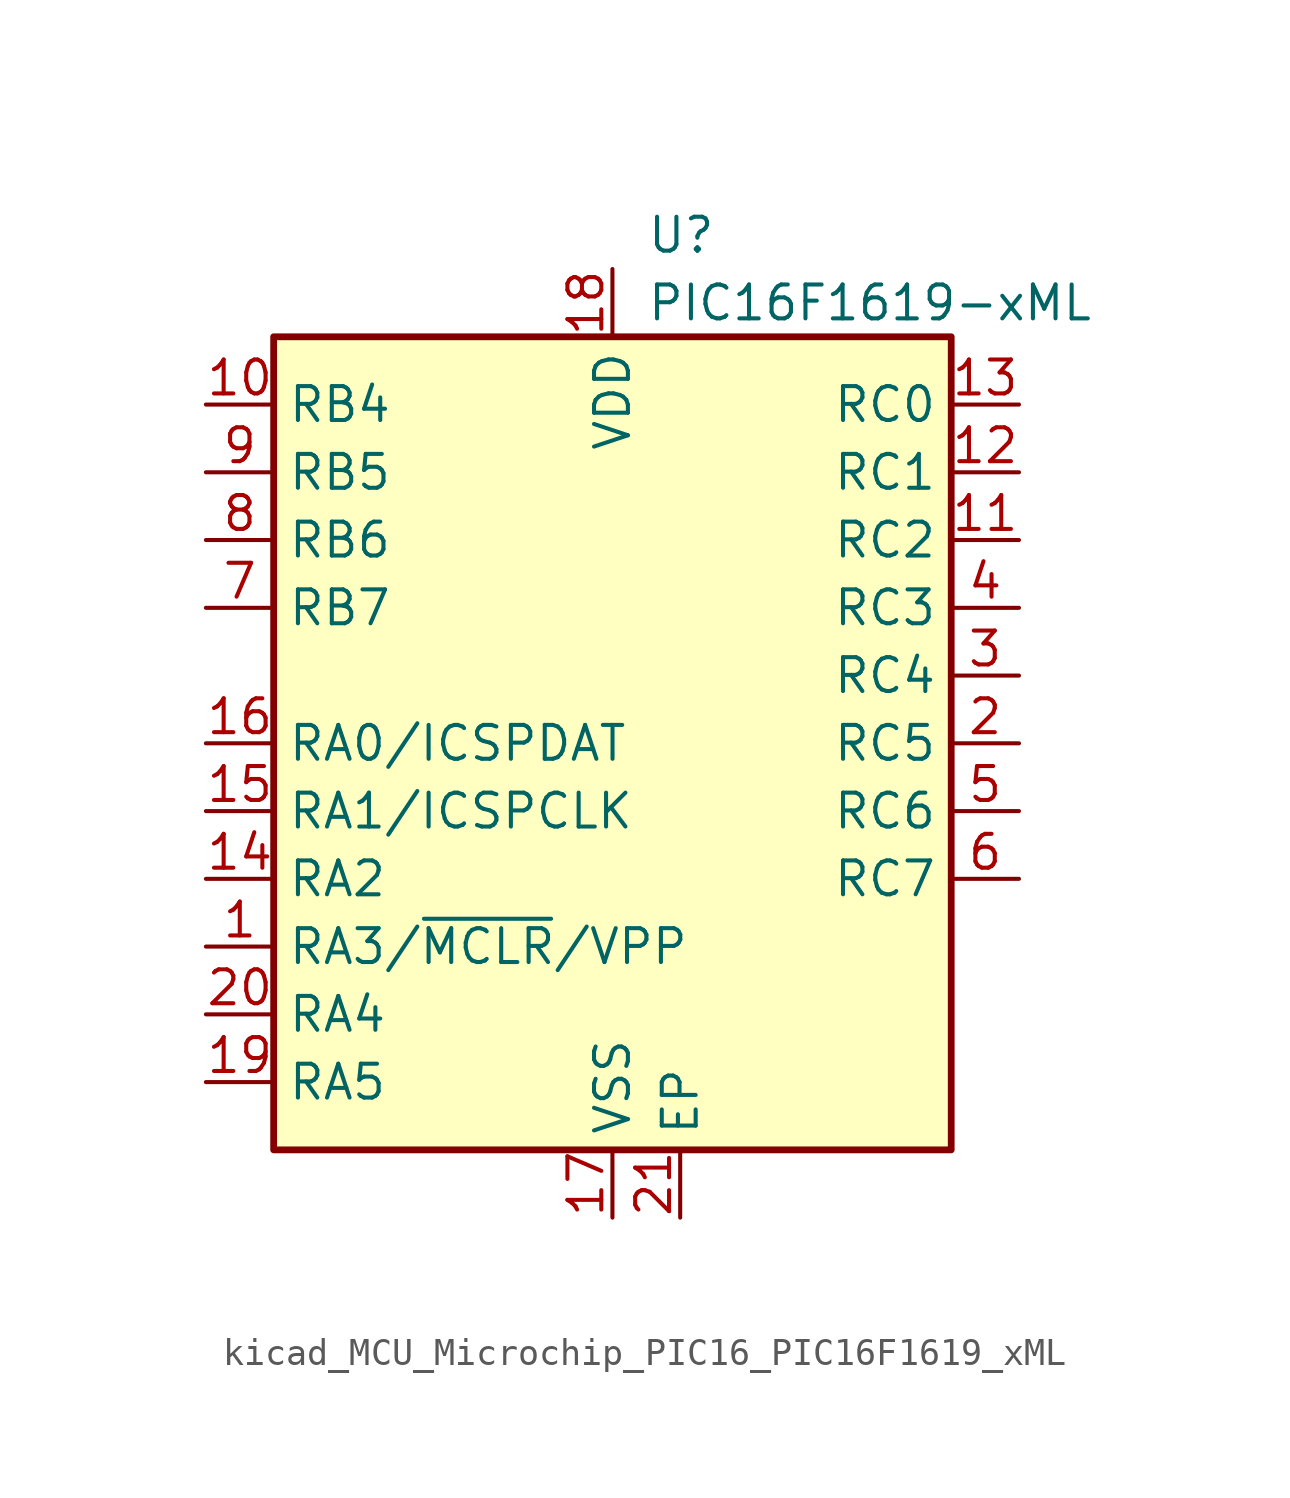
<source format=kicad_sym>
(kicad_symbol_lib
  (version 20220914)
  (generator kicad_symbol_editor)
  (symbol "kicad_MCU_Microchip_PIC16_PIC16F1619_xML"
    (property "Reference" "U"
      (at 1.27 19.05 0)
      (effects (font (size 1.27 1.27)) (justify left)))
    (property "Value" "PIC16F1619-xML"
      (at 1.27 16.51 0)
      (effects (font (size 1.27 1.27)) (justify left)))
    (symbol "kicad_MCU_Microchip_PIC16_PIC16F1619_xML_0_0"
      (pin passive line (at 2.54 -17.78 90) (length 2.54) (name "EP" (effects (font (size 1.27 1.27)))) (number "21" (effects (font (size 1.27 1.27))))))
    (symbol "kicad_MCU_Microchip_PIC16_PIC16F1619_xML_0_1"
      (rectangle (start -12.7 15.24) (end 12.7 -15.24) (stroke (width 0.254) (type default)) (fill (type background))))
    (symbol "kicad_MCU_Microchip_PIC16_PIC16F1619_xML_1_1"
      (pin bidirectional line (at -15.24 -7.62 0) (length 2.54) (name "RA3/~{MCLR}/VPP" (effects (font (size 1.27 1.27)))) (number "1" (effects (font (size 1.27 1.27)))))
      (pin bidirectional line (at -15.24 12.7 0) (length 2.54) (name "RB4" (effects (font (size 1.27 1.27)))) (number "10" (effects (font (size 1.27 1.27)))))
      (pin bidirectional line (at 15.24 7.62 180) (length 2.54) (name "RC2" (effects (font (size 1.27 1.27)))) (number "11" (effects (font (size 1.27 1.27)))))
      (pin bidirectional line (at 15.24 10.16 180) (length 2.54) (name "RC1" (effects (font (size 1.27 1.27)))) (number "12" (effects (font (size 1.27 1.27)))))
      (pin bidirectional line (at 15.24 12.7 180) (length 2.54) (name "RC0" (effects (font (size 1.27 1.27)))) (number "13" (effects (font (size 1.27 1.27)))))
      (pin bidirectional line (at -15.24 -5.08 0) (length 2.54) (name "RA2" (effects (font (size 1.27 1.27)))) (number "14" (effects (font (size 1.27 1.27)))))
      (pin bidirectional line (at -15.24 -2.54 0) (length 2.54) (name "RA1/ICSPCLK" (effects (font (size 1.27 1.27)))) (number "15" (effects (font (size 1.27 1.27)))))
      (pin bidirectional line (at -15.24 0 0) (length 2.54) (name "RA0/ICSPDAT" (effects (font (size 1.27 1.27)))) (number "16" (effects (font (size 1.27 1.27)))))
      (pin power_in line (at 0 -17.78 90) (length 2.54) (name "VSS" (effects (font (size 1.27 1.27)))) (number "17" (effects (font (size 1.27 1.27)))))
      (pin power_in line (at 0 17.78 270) (length 2.54) (name "VDD" (effects (font (size 1.27 1.27)))) (number "18" (effects (font (size 1.27 1.27)))))
      (pin bidirectional line (at -15.24 -12.7 0) (length 2.54) (name "RA5" (effects (font (size 1.27 1.27)))) (number "19" (effects (font (size 1.27 1.27)))))
      (pin bidirectional line (at 15.24 0 180) (length 2.54) (name "RC5" (effects (font (size 1.27 1.27)))) (number "2" (effects (font (size 1.27 1.27)))))
      (pin bidirectional line (at -15.24 -10.16 0) (length 2.54) (name "RA4" (effects (font (size 1.27 1.27)))) (number "20" (effects (font (size 1.27 1.27)))))
      (pin bidirectional line (at 15.24 2.54 180) (length 2.54) (name "RC4" (effects (font (size 1.27 1.27)))) (number "3" (effects (font (size 1.27 1.27)))))
      (pin bidirectional line (at 15.24 5.08 180) (length 2.54) (name "RC3" (effects (font (size 1.27 1.27)))) (number "4" (effects (font (size 1.27 1.27)))))
      (pin bidirectional line (at 15.24 -2.54 180) (length 2.54) (name "RC6" (effects (font (size 1.27 1.27)))) (number "5" (effects (font (size 1.27 1.27)))))
      (pin bidirectional line (at 15.24 -5.08 180) (length 2.54) (name "RC7" (effects (font (size 1.27 1.27)))) (number "6" (effects (font (size 1.27 1.27)))))
      (pin bidirectional line (at -15.24 5.08 0) (length 2.54) (name "RB7" (effects (font (size 1.27 1.27)))) (number "7" (effects (font (size 1.27 1.27)))))
      (pin bidirectional line (at -15.24 7.62 0) (length 2.54) (name "RB6" (effects (font (size 1.27 1.27)))) (number "8" (effects (font (size 1.27 1.27)))))
      (pin bidirectional line (at -15.24 10.16 0) (length 2.54) (name "RB5" (effects (font (size 1.27 1.27)))) (number "9" (effects (font (size 1.27 1.27))))))))
</source>
